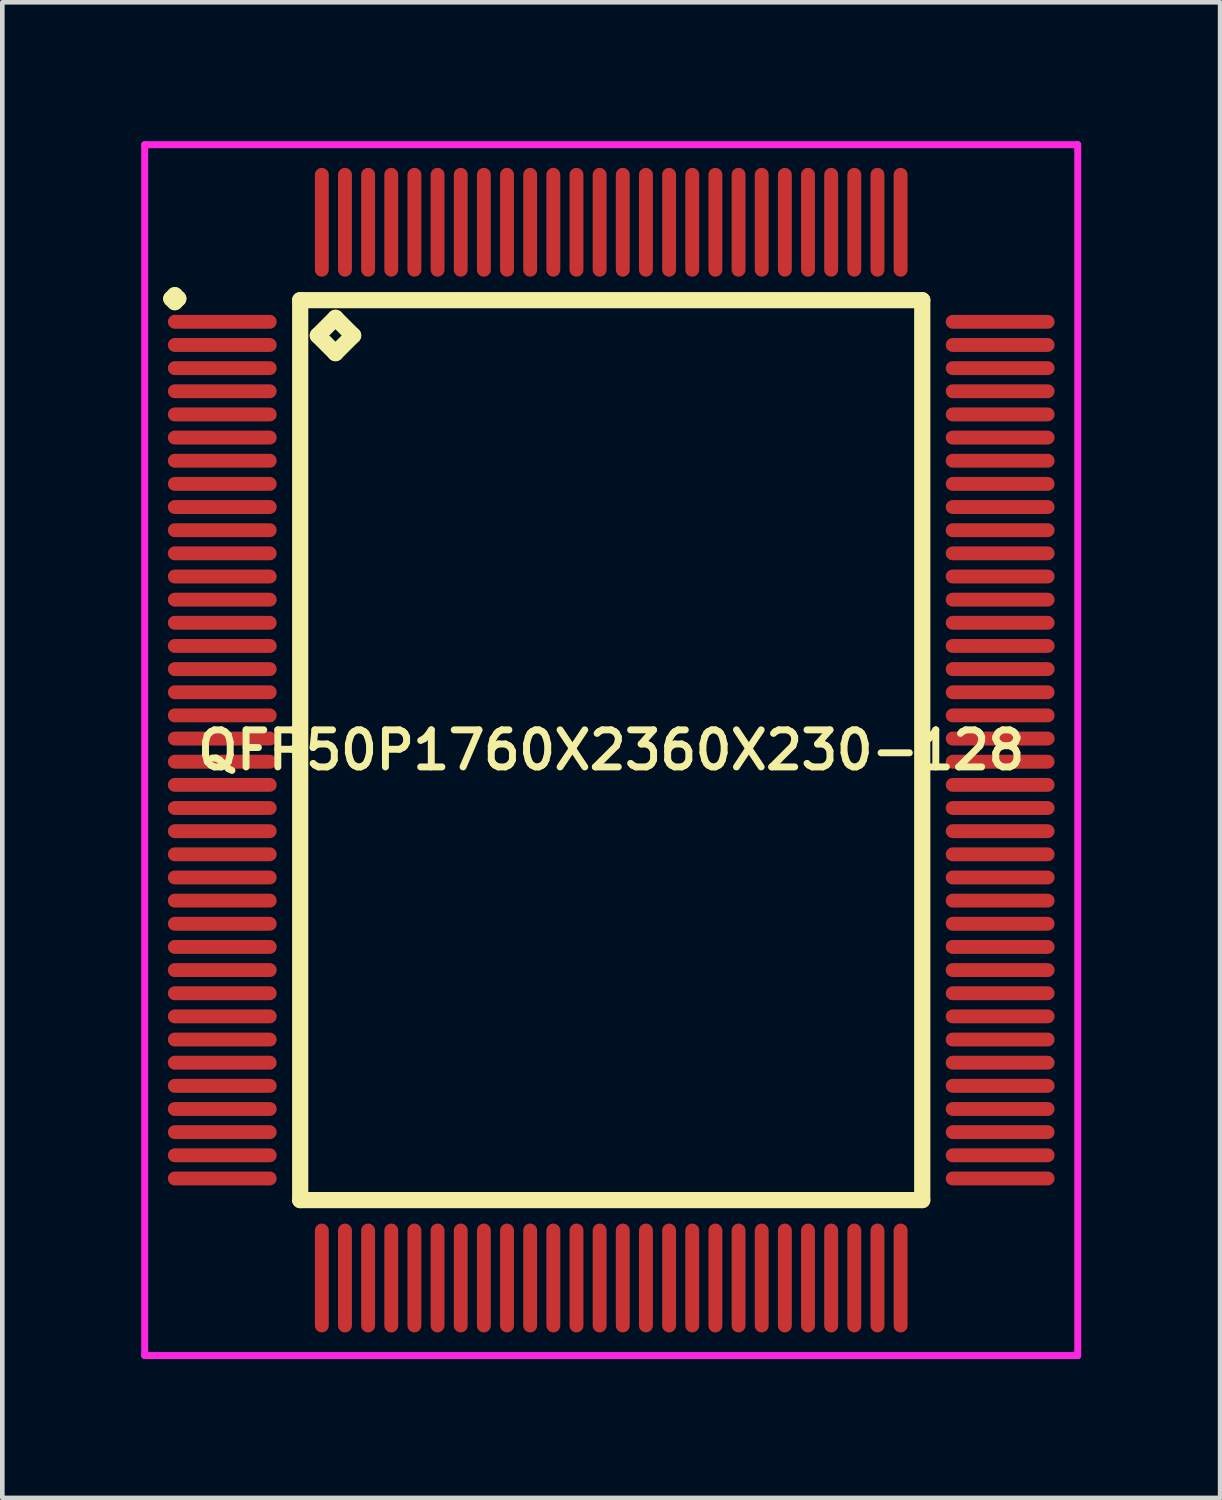
<source format=kicad_pcb>
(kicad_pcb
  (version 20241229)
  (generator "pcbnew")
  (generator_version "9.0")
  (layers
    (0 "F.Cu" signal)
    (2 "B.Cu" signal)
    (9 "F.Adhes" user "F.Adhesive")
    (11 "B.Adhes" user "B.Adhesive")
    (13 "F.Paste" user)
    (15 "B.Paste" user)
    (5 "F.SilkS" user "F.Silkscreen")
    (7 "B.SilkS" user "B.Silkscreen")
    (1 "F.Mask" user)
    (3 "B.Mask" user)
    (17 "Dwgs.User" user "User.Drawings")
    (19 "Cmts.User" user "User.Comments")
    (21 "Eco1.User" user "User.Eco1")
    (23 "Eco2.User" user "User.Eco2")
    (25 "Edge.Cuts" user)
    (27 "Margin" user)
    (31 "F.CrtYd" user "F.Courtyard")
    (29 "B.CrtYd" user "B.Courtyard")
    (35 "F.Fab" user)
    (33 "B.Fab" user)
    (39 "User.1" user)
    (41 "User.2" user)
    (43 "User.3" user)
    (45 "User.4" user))
  (footprint "QFP50P1760X2360X230-128"
    (layer "F.Cu")
    (at 10.15 13.15)
    (property "Reference" "QFP50P1760X2360X230-128" (at 0 0 0) (layer "F.SilkS") (effects (font (size 0.8 0.8) (thickness 0.15))))
    (attr smd)
    (fp_line (start -9.5 -9.75) (end -9.425 -9.825) (stroke (width 0.35) (type solid)) (layer "F.SilkS"))
    (fp_line (start -9.425 -9.825) (end -9.35 -9.75) (stroke (width 0.35) (type solid)) (layer "F.SilkS"))
    (fp_line (start -9.425 -9.675) (end -9.5 -9.75) (stroke (width 0.35) (type solid)) (layer "F.SilkS"))
    (fp_line (start -9.35 -9.75) (end -9.425 -9.675) (stroke (width 0.35) (type solid)) (layer "F.SilkS"))
    (fp_line (start -6.717 -9.717) (end -6.717 9.717) (stroke (width 0.35) (type solid)) (layer "F.SilkS"))
    (fp_line (start -6.717 9.717) (end 6.717 9.717) (stroke (width 0.35) (type solid)) (layer "F.SilkS"))
    (fp_line (start -6.336 -8.955) (end -5.955 -9.336) (stroke (width 0.35) (type solid)) (layer "F.SilkS"))
    (fp_line (start -5.955 -9.336) (end -5.574 -8.955) (stroke (width 0.35) (type solid)) (layer "F.SilkS"))
    (fp_line (start -5.955 -8.574) (end -6.336 -8.955) (stroke (width 0.35) (type solid)) (layer "F.SilkS"))
    (fp_line (start -5.574 -8.955) (end -5.955 -8.574) (stroke (width 0.35) (type solid)) (layer "F.SilkS"))
    (fp_line (start 6.717 -9.717) (end -6.717 -9.717) (stroke (width 0.35) (type solid)) (layer "F.SilkS"))
    (fp_line (start 6.717 9.717) (end 6.717 -9.717) (stroke (width 0.35) (type solid)) (layer "F.SilkS"))
    (fp_line (start -10.075 -13.075) (end 10.075 -13.075) (stroke (width 0.15) (type solid)) (layer "F.CrtYd"))
    (fp_line (start -10.075 13.075) (end -10.075 -13.075) (stroke (width 0.15) (type solid)) (layer "F.CrtYd"))
    (fp_line (start 10.075 -13.075) (end 10.075 13.075) (stroke (width 0.15) (type solid)) (layer "F.CrtYd"))
    (fp_line (start 10.075 13.075) (end -10.075 13.075) (stroke (width 0.15) (type solid)) (layer "F.CrtYd"))
    (pad "1" smd oval (at -8.4 -9.25) (size 2.35 0.3) (layers "F.Cu" "F.Mask" "F.Paste"))
    (pad "2" smd oval (at -8.4 -8.75) (size 2.35 0.3) (layers "F.Cu" "F.Mask" "F.Paste"))
    (pad "3" smd oval (at -8.4 -8.25) (size 2.35 0.3) (layers "F.Cu" "F.Mask" "F.Paste"))
    (pad "4" smd oval (at -8.4 -7.75) (size 2.35 0.3) (layers "F.Cu" "F.Mask" "F.Paste"))
    (pad "5" smd oval (at -8.4 -7.25) (size 2.35 0.3) (layers "F.Cu" "F.Mask" "F.Paste"))
    (pad "6" smd oval (at -8.4 -6.75) (size 2.35 0.3) (layers "F.Cu" "F.Mask" "F.Paste"))
    (pad "7" smd oval (at -8.4 -6.25) (size 2.35 0.3) (layers "F.Cu" "F.Mask" "F.Paste"))
    (pad "8" smd oval (at -8.4 -5.75) (size 2.35 0.3) (layers "F.Cu" "F.Mask" "F.Paste"))
    (pad "9" smd oval (at -8.4 -5.25) (size 2.35 0.3) (layers "F.Cu" "F.Mask" "F.Paste"))
    (pad "10" smd oval (at -8.4 -4.75) (size 2.35 0.3) (layers "F.Cu" "F.Mask" "F.Paste"))
    (pad "11" smd oval (at -8.4 -4.25) (size 2.35 0.3) (layers "F.Cu" "F.Mask" "F.Paste"))
    (pad "12" smd oval (at -8.4 -3.75) (size 2.35 0.3) (layers "F.Cu" "F.Mask" "F.Paste"))
    (pad "13" smd oval (at -8.4 -3.25) (size 2.35 0.3) (layers "F.Cu" "F.Mask" "F.Paste"))
    (pad "14" smd oval (at -8.4 -2.75) (size 2.35 0.3) (layers "F.Cu" "F.Mask" "F.Paste"))
    (pad "15" smd oval (at -8.4 -2.25) (size 2.35 0.3) (layers "F.Cu" "F.Mask" "F.Paste"))
    (pad "16" smd oval (at -8.4 -1.75) (size 2.35 0.3) (layers "F.Cu" "F.Mask" "F.Paste"))
    (pad "17" smd oval (at -8.4 -1.25) (size 2.35 0.3) (layers "F.Cu" "F.Mask" "F.Paste"))
    (pad "18" smd oval (at -8.4 -0.75) (size 2.35 0.3) (layers "F.Cu" "F.Mask" "F.Paste"))
    (pad "19" smd oval (at -8.4 -0.25) (size 2.35 0.3) (layers "F.Cu" "F.Mask" "F.Paste"))
    (pad "20" smd oval (at -8.4 0.25) (size 2.35 0.3) (layers "F.Cu" "F.Mask" "F.Paste"))
    (pad "21" smd oval (at -8.4 0.75) (size 2.35 0.3) (layers "F.Cu" "F.Mask" "F.Paste"))
    (pad "22" smd oval (at -8.4 1.25) (size 2.35 0.3) (layers "F.Cu" "F.Mask" "F.Paste"))
    (pad "23" smd oval (at -8.4 1.75) (size 2.35 0.3) (layers "F.Cu" "F.Mask" "F.Paste"))
    (pad "24" smd oval (at -8.4 2.25) (size 2.35 0.3) (layers "F.Cu" "F.Mask" "F.Paste"))
    (pad "25" smd oval (at -8.4 2.75) (size 2.35 0.3) (layers "F.Cu" "F.Mask" "F.Paste"))
    (pad "26" smd oval (at -8.4 3.25) (size 2.35 0.3) (layers "F.Cu" "F.Mask" "F.Paste"))
    (pad "27" smd oval (at -8.4 3.75) (size 2.35 0.3) (layers "F.Cu" "F.Mask" "F.Paste"))
    (pad "28" smd oval (at -8.4 4.25) (size 2.35 0.3) (layers "F.Cu" "F.Mask" "F.Paste"))
    (pad "29" smd oval (at -8.4 4.75) (size 2.35 0.3) (layers "F.Cu" "F.Mask" "F.Paste"))
    (pad "30" smd oval (at -8.4 5.25) (size 2.35 0.3) (layers "F.Cu" "F.Mask" "F.Paste"))
    (pad "31" smd oval (at -8.4 5.75) (size 2.35 0.3) (layers "F.Cu" "F.Mask" "F.Paste"))
    (pad "32" smd oval (at -8.4 6.25) (size 2.35 0.3) (layers "F.Cu" "F.Mask" "F.Paste"))
    (pad "33" smd oval (at -8.4 6.75) (size 2.35 0.3) (layers "F.Cu" "F.Mask" "F.Paste"))
    (pad "34" smd oval (at -8.4 7.25) (size 2.35 0.3) (layers "F.Cu" "F.Mask" "F.Paste"))
    (pad "35" smd oval (at -8.4 7.75) (size 2.35 0.3) (layers "F.Cu" "F.Mask" "F.Paste"))
    (pad "36" smd oval (at -8.4 8.25) (size 2.35 0.3) (layers "F.Cu" "F.Mask" "F.Paste"))
    (pad "37" smd oval (at -8.4 8.75) (size 2.35 0.3) (layers "F.Cu" "F.Mask" "F.Paste"))
    (pad "38" smd oval (at -8.4 9.25) (size 2.35 0.3) (layers "F.Cu" "F.Mask" "F.Paste"))
    (pad "39" smd oval (at -6.25 11.4) (size 0.3 2.35) (layers "F.Cu" "F.Mask" "F.Paste"))
    (pad "40" smd oval (at -5.75 11.4) (size 0.3 2.35) (layers "F.Cu" "F.Mask" "F.Paste"))
    (pad "41" smd oval (at -5.25 11.4) (size 0.3 2.35) (layers "F.Cu" "F.Mask" "F.Paste"))
    (pad "42" smd oval (at -4.75 11.4) (size 0.3 2.35) (layers "F.Cu" "F.Mask" "F.Paste"))
    (pad "43" smd oval (at -4.25 11.4) (size 0.3 2.35) (layers "F.Cu" "F.Mask" "F.Paste"))
    (pad "44" smd oval (at -3.75 11.4) (size 0.3 2.35) (layers "F.Cu" "F.Mask" "F.Paste"))
    (pad "45" smd oval (at -3.25 11.4) (size 0.3 2.35) (layers "F.Cu" "F.Mask" "F.Paste"))
    (pad "46" smd oval (at -2.75 11.4) (size 0.3 2.35) (layers "F.Cu" "F.Mask" "F.Paste"))
    (pad "47" smd oval (at -2.25 11.4) (size 0.3 2.35) (layers "F.Cu" "F.Mask" "F.Paste"))
    (pad "48" smd oval (at -1.75 11.4) (size 0.3 2.35) (layers "F.Cu" "F.Mask" "F.Paste"))
    (pad "49" smd oval (at -1.25 11.4) (size 0.3 2.35) (layers "F.Cu" "F.Mask" "F.Paste"))
    (pad "50" smd oval (at -0.75 11.4) (size 0.3 2.35) (layers "F.Cu" "F.Mask" "F.Paste"))
    (pad "51" smd oval (at -0.25 11.4) (size 0.3 2.35) (layers "F.Cu" "F.Mask" "F.Paste"))
    (pad "52" smd oval (at 0.25 11.4) (size 0.3 2.35) (layers "F.Cu" "F.Mask" "F.Paste"))
    (pad "53" smd oval (at 0.75 11.4) (size 0.3 2.35) (layers "F.Cu" "F.Mask" "F.Paste"))
    (pad "54" smd oval (at 1.25 11.4) (size 0.3 2.35) (layers "F.Cu" "F.Mask" "F.Paste"))
    (pad "55" smd oval (at 1.75 11.4) (size 0.3 2.35) (layers "F.Cu" "F.Mask" "F.Paste"))
    (pad "56" smd oval (at 2.25 11.4) (size 0.3 2.35) (layers "F.Cu" "F.Mask" "F.Paste"))
    (pad "57" smd oval (at 2.75 11.4) (size 0.3 2.35) (layers "F.Cu" "F.Mask" "F.Paste"))
    (pad "58" smd oval (at 3.25 11.4) (size 0.3 2.35) (layers "F.Cu" "F.Mask" "F.Paste"))
    (pad "59" smd oval (at 3.75 11.4) (size 0.3 2.35) (layers "F.Cu" "F.Mask" "F.Paste"))
    (pad "60" smd oval (at 4.25 11.4) (size 0.3 2.35) (layers "F.Cu" "F.Mask" "F.Paste"))
    (pad "61" smd oval (at 4.75 11.4) (size 0.3 2.35) (layers "F.Cu" "F.Mask" "F.Paste"))
    (pad "62" smd oval (at 5.25 11.4) (size 0.3 2.35) (layers "F.Cu" "F.Mask" "F.Paste"))
    (pad "63" smd oval (at 5.75 11.4) (size 0.3 2.35) (layers "F.Cu" "F.Mask" "F.Paste"))
    (pad "64" smd oval (at 6.25 11.4) (size 0.3 2.35) (layers "F.Cu" "F.Mask" "F.Paste"))
    (pad "65" smd oval (at 8.4 9.25) (size 2.35 0.3) (layers "F.Cu" "F.Mask" "F.Paste"))
    (pad "66" smd oval (at 8.4 8.75) (size 2.35 0.3) (layers "F.Cu" "F.Mask" "F.Paste"))
    (pad "67" smd oval (at 8.4 8.25) (size 2.35 0.3) (layers "F.Cu" "F.Mask" "F.Paste"))
    (pad "68" smd oval (at 8.4 7.75) (size 2.35 0.3) (layers "F.Cu" "F.Mask" "F.Paste"))
    (pad "69" smd oval (at 8.4 7.25) (size 2.35 0.3) (layers "F.Cu" "F.Mask" "F.Paste"))
    (pad "70" smd oval (at 8.4 6.75) (size 2.35 0.3) (layers "F.Cu" "F.Mask" "F.Paste"))
    (pad "71" smd oval (at 8.4 6.25) (size 2.35 0.3) (layers "F.Cu" "F.Mask" "F.Paste"))
    (pad "72" smd oval (at 8.4 5.75) (size 2.35 0.3) (layers "F.Cu" "F.Mask" "F.Paste"))
    (pad "73" smd oval (at 8.4 5.25) (size 2.35 0.3) (layers "F.Cu" "F.Mask" "F.Paste"))
    (pad "74" smd oval (at 8.4 4.75) (size 2.35 0.3) (layers "F.Cu" "F.Mask" "F.Paste"))
    (pad "75" smd oval (at 8.4 4.25) (size 2.35 0.3) (layers "F.Cu" "F.Mask" "F.Paste"))
    (pad "76" smd oval (at 8.4 3.75) (size 2.35 0.3) (layers "F.Cu" "F.Mask" "F.Paste"))
    (pad "77" smd oval (at 8.4 3.25) (size 2.35 0.3) (layers "F.Cu" "F.Mask" "F.Paste"))
    (pad "78" smd oval (at 8.4 2.75) (size 2.35 0.3) (layers "F.Cu" "F.Mask" "F.Paste"))
    (pad "79" smd oval (at 8.4 2.25) (size 2.35 0.3) (layers "F.Cu" "F.Mask" "F.Paste"))
    (pad "80" smd oval (at 8.4 1.75) (size 2.35 0.3) (layers "F.Cu" "F.Mask" "F.Paste"))
    (pad "81" smd oval (at 8.4 1.25) (size 2.35 0.3) (layers "F.Cu" "F.Mask" "F.Paste"))
    (pad "82" smd oval (at 8.4 0.75) (size 2.35 0.3) (layers "F.Cu" "F.Mask" "F.Paste"))
    (pad "83" smd oval (at 8.4 0.25) (size 2.35 0.3) (layers "F.Cu" "F.Mask" "F.Paste"))
    (pad "84" smd oval (at 8.4 -0.25) (size 2.35 0.3) (layers "F.Cu" "F.Mask" "F.Paste"))
    (pad "85" smd oval (at 8.4 -0.75) (size 2.35 0.3) (layers "F.Cu" "F.Mask" "F.Paste"))
    (pad "86" smd oval (at 8.4 -1.25) (size 2.35 0.3) (layers "F.Cu" "F.Mask" "F.Paste"))
    (pad "87" smd oval (at 8.4 -1.75) (size 2.35 0.3) (layers "F.Cu" "F.Mask" "F.Paste"))
    (pad "88" smd oval (at 8.4 -2.25) (size 2.35 0.3) (layers "F.Cu" "F.Mask" "F.Paste"))
    (pad "89" smd oval (at 8.4 -2.75) (size 2.35 0.3) (layers "F.Cu" "F.Mask" "F.Paste"))
    (pad "90" smd oval (at 8.4 -3.25) (size 2.35 0.3) (layers "F.Cu" "F.Mask" "F.Paste"))
    (pad "91" smd oval (at 8.4 -3.75) (size 2.35 0.3) (layers "F.Cu" "F.Mask" "F.Paste"))
    (pad "92" smd oval (at 8.4 -4.25) (size 2.35 0.3) (layers "F.Cu" "F.Mask" "F.Paste"))
    (pad "93" smd oval (at 8.4 -4.75) (size 2.35 0.3) (layers "F.Cu" "F.Mask" "F.Paste"))
    (pad "94" smd oval (at 8.4 -5.25) (size 2.35 0.3) (layers "F.Cu" "F.Mask" "F.Paste"))
    (pad "95" smd oval (at 8.4 -5.75) (size 2.35 0.3) (layers "F.Cu" "F.Mask" "F.Paste"))
    (pad "96" smd oval (at 8.4 -6.25) (size 2.35 0.3) (layers "F.Cu" "F.Mask" "F.Paste"))
    (pad "97" smd oval (at 8.4 -6.75) (size 2.35 0.3) (layers "F.Cu" "F.Mask" "F.Paste"))
    (pad "98" smd oval (at 8.4 -7.25) (size 2.35 0.3) (layers "F.Cu" "F.Mask" "F.Paste"))
    (pad "99" smd oval (at 8.4 -7.75) (size 2.35 0.3) (layers "F.Cu" "F.Mask" "F.Paste"))
    (pad "100" smd oval (at 8.4 -8.25) (size 2.35 0.3) (layers "F.Cu" "F.Mask" "F.Paste"))
    (pad "101" smd oval (at 8.4 -8.75) (size 2.35 0.3) (layers "F.Cu" "F.Mask" "F.Paste"))
    (pad "102" smd oval (at 8.4 -9.25) (size 2.35 0.3) (layers "F.Cu" "F.Mask" "F.Paste"))
    (pad "103" smd oval (at 6.25 -11.4) (size 0.3 2.35) (layers "F.Cu" "F.Mask" "F.Paste"))
    (pad "104" smd oval (at 5.75 -11.4) (size 0.3 2.35) (layers "F.Cu" "F.Mask" "F.Paste"))
    (pad "105" smd oval (at 5.25 -11.4) (size 0.3 2.35) (layers "F.Cu" "F.Mask" "F.Paste"))
    (pad "106" smd oval (at 4.75 -11.4) (size 0.3 2.35) (layers "F.Cu" "F.Mask" "F.Paste"))
    (pad "107" smd oval (at 4.25 -11.4) (size 0.3 2.35) (layers "F.Cu" "F.Mask" "F.Paste"))
    (pad "108" smd oval (at 3.75 -11.4) (size 0.3 2.35) (layers "F.Cu" "F.Mask" "F.Paste"))
    (pad "109" smd oval (at 3.25 -11.4) (size 0.3 2.35) (layers "F.Cu" "F.Mask" "F.Paste"))
    (pad "110" smd oval (at 2.75 -11.4) (size 0.3 2.35) (layers "F.Cu" "F.Mask" "F.Paste"))
    (pad "111" smd oval (at 2.25 -11.4) (size 0.3 2.35) (layers "F.Cu" "F.Mask" "F.Paste"))
    (pad "112" smd oval (at 1.75 -11.4) (size 0.3 2.35) (layers "F.Cu" "F.Mask" "F.Paste"))
    (pad "113" smd oval (at 1.25 -11.4) (size 0.3 2.35) (layers "F.Cu" "F.Mask" "F.Paste"))
    (pad "114" smd oval (at 0.75 -11.4) (size 0.3 2.35) (layers "F.Cu" "F.Mask" "F.Paste"))
    (pad "115" smd oval (at 0.25 -11.4) (size 0.3 2.35) (layers "F.Cu" "F.Mask" "F.Paste"))
    (pad "116" smd oval (at -0.25 -11.4) (size 0.3 2.35) (layers "F.Cu" "F.Mask" "F.Paste"))
    (pad "117" smd oval (at -0.75 -11.4) (size 0.3 2.35) (layers "F.Cu" "F.Mask" "F.Paste"))
    (pad "118" smd oval (at -1.25 -11.4) (size 0.3 2.35) (layers "F.Cu" "F.Mask" "F.Paste"))
    (pad "119" smd oval (at -1.75 -11.4) (size 0.3 2.35) (layers "F.Cu" "F.Mask" "F.Paste"))
    (pad "120" smd oval (at -2.25 -11.4) (size 0.3 2.35) (layers "F.Cu" "F.Mask" "F.Paste"))
    (pad "121" smd oval (at -2.75 -11.4) (size 0.3 2.35) (layers "F.Cu" "F.Mask" "F.Paste"))
    (pad "122" smd oval (at -3.25 -11.4) (size 0.3 2.35) (layers "F.Cu" "F.Mask" "F.Paste"))
    (pad "123" smd oval (at -3.75 -11.4) (size 0.3 2.35) (layers "F.Cu" "F.Mask" "F.Paste"))
    (pad "124" smd oval (at -4.25 -11.4) (size 0.3 2.35) (layers "F.Cu" "F.Mask" "F.Paste"))
    (pad "125" smd oval (at -4.75 -11.4) (size 0.3 2.35) (layers "F.Cu" "F.Mask" "F.Paste"))
    (pad "126" smd oval (at -5.25 -11.4) (size 0.3 2.35) (layers "F.Cu" "F.Mask" "F.Paste"))
    (pad "127" smd oval (at -5.75 -11.4) (size 0.3 2.35) (layers "F.Cu" "F.Mask" "F.Paste"))
    (pad "128" smd oval (at -6.25 -11.4) (size 0.3 2.35) (layers "F.Cu" "F.Mask" "F.Paste")))
  (gr_rect
    (start -3 -3)
    (end 23.3 29.3)
    (stroke (width 0.1) (type default))
    (fill no)
    (layer "Edge.Cuts")))
</source>
